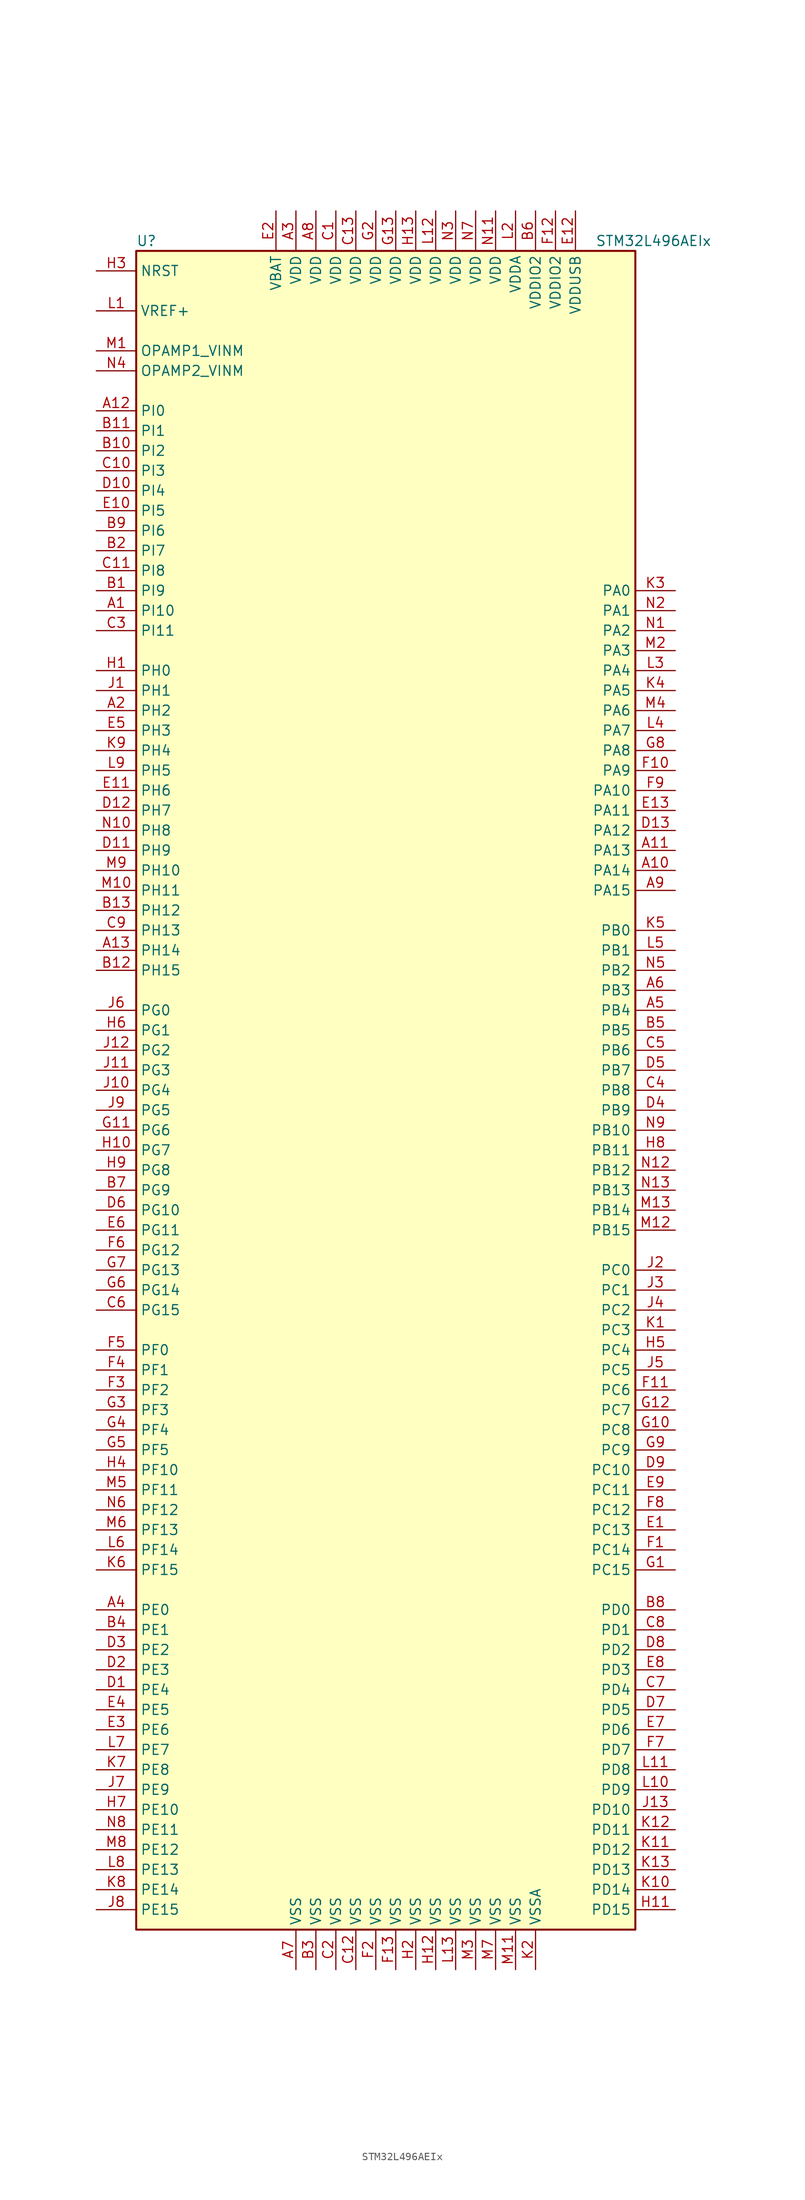
<source format=kicad_sym>
(kicad_symbol_lib
  (version 20211014)
  (generator kicad_symbol_editor)
  (symbol "STM32L496AEIx"
    (property "Reference" "U"
      (at -33.02 107.95 0)
      (effects (font (size 1.27 1.27)) (justify left)))
    (property "Value" "STM32L496AEIx"
      (at 25.4 107.95 0)
      (effects (font (size 1.27 1.27)) (justify left)))
    (symbol "STM32L496AEIx_0_1"
      (rectangle (start -33.02 -106.68) (end 30.48 106.68) (stroke (width 0.254) (type default) (color 0 0 0 0)) (fill (type background))))
    (symbol "STM32L496AEIx_1_1"
      (pin bidirectional line (at -38.1 60.96 0) (length 5.08) (name "PI10" (effects (font (size 1.27 1.27)))) (number "A1" (effects (font (size 1.27 1.27)))))
      (pin bidirectional line (at 35.56 27.94 180) (length 5.08) (name "PA14" (effects (font (size 1.27 1.27)))) (number "A10" (effects (font (size 1.27 1.27)))))
      (pin bidirectional line (at 35.56 30.48 180) (length 5.08) (name "PA13" (effects (font (size 1.27 1.27)))) (number "A11" (effects (font (size 1.27 1.27)))))
      (pin bidirectional line (at -38.1 86.36 0) (length 5.08) (name "PI0" (effects (font (size 1.27 1.27)))) (number "A12" (effects (font (size 1.27 1.27)))))
      (pin bidirectional line (at -38.1 17.78 0) (length 5.08) (name "PH14" (effects (font (size 1.27 1.27)))) (number "A13" (effects (font (size 1.27 1.27)))))
      (pin bidirectional line (at -38.1 48.26 0) (length 5.08) (name "PH2" (effects (font (size 1.27 1.27)))) (number "A2" (effects (font (size 1.27 1.27)))))
      (pin power_in line (at -12.7 111.76 270) (length 5.08) (name "VDD" (effects (font (size 1.27 1.27)))) (number "A3" (effects (font (size 1.27 1.27)))))
      (pin bidirectional line (at -38.1 -66.04 0) (length 5.08) (name "PE0" (effects (font (size 1.27 1.27)))) (number "A4" (effects (font (size 1.27 1.27)))))
      (pin bidirectional line (at 35.56 10.16 180) (length 5.08) (name "PB4" (effects (font (size 1.27 1.27)))) (number "A5" (effects (font (size 1.27 1.27)))))
      (pin bidirectional line (at 35.56 12.7 180) (length 5.08) (name "PB3" (effects (font (size 1.27 1.27)))) (number "A6" (effects (font (size 1.27 1.27)))))
      (pin power_in line (at -12.7 -111.76 90) (length 5.08) (name "VSS" (effects (font (size 1.27 1.27)))) (number "A7" (effects (font (size 1.27 1.27)))))
      (pin power_in line (at -10.16 111.76 270) (length 5.08) (name "VDD" (effects (font (size 1.27 1.27)))) (number "A8" (effects (font (size 1.27 1.27)))))
      (pin bidirectional line (at 35.56 25.4 180) (length 5.08) (name "PA15" (effects (font (size 1.27 1.27)))) (number "A9" (effects (font (size 1.27 1.27)))))
      (pin bidirectional line (at -38.1 63.5 0) (length 5.08) (name "PI9" (effects (font (size 1.27 1.27)))) (number "B1" (effects (font (size 1.27 1.27)))))
      (pin bidirectional line (at -38.1 81.28 0) (length 5.08) (name "PI2" (effects (font (size 1.27 1.27)))) (number "B10" (effects (font (size 1.27 1.27)))))
      (pin bidirectional line (at -38.1 83.82 0) (length 5.08) (name "PI1" (effects (font (size 1.27 1.27)))) (number "B11" (effects (font (size 1.27 1.27)))))
      (pin bidirectional line (at -38.1 15.24 0) (length 5.08) (name "PH15" (effects (font (size 1.27 1.27)))) (number "B12" (effects (font (size 1.27 1.27)))))
      (pin bidirectional line (at -38.1 22.86 0) (length 5.08) (name "PH12" (effects (font (size 1.27 1.27)))) (number "B13" (effects (font (size 1.27 1.27)))))
      (pin bidirectional line (at -38.1 68.58 0) (length 5.08) (name "PI7" (effects (font (size 1.27 1.27)))) (number "B2" (effects (font (size 1.27 1.27)))))
      (pin power_in line (at -10.16 -111.76 90) (length 5.08) (name "VSS" (effects (font (size 1.27 1.27)))) (number "B3" (effects (font (size 1.27 1.27)))))
      (pin bidirectional line (at -38.1 -68.58 0) (length 5.08) (name "PE1" (effects (font (size 1.27 1.27)))) (number "B4" (effects (font (size 1.27 1.27)))))
      (pin bidirectional line (at 35.56 7.62 180) (length 5.08) (name "PB5" (effects (font (size 1.27 1.27)))) (number "B5" (effects (font (size 1.27 1.27)))))
      (pin power_in line (at 17.78 111.76 270) (length 5.08) (name "VDDIO2" (effects (font (size 1.27 1.27)))) (number "B6" (effects (font (size 1.27 1.27)))))
      (pin bidirectional line (at -38.1 -12.7 0) (length 5.08) (name "PG9" (effects (font (size 1.27 1.27)))) (number "B7" (effects (font (size 1.27 1.27)))))
      (pin bidirectional line (at 35.56 -66.04 180) (length 5.08) (name "PD0" (effects (font (size 1.27 1.27)))) (number "B8" (effects (font (size 1.27 1.27)))))
      (pin bidirectional line (at -38.1 71.12 0) (length 5.08) (name "PI6" (effects (font (size 1.27 1.27)))) (number "B9" (effects (font (size 1.27 1.27)))))
      (pin power_in line (at -7.62 111.76 270) (length 5.08) (name "VDD" (effects (font (size 1.27 1.27)))) (number "C1" (effects (font (size 1.27 1.27)))))
      (pin bidirectional line (at -38.1 78.74 0) (length 5.08) (name "PI3" (effects (font (size 1.27 1.27)))) (number "C10" (effects (font (size 1.27 1.27)))))
      (pin bidirectional line (at -38.1 66.04 0) (length 5.08) (name "PI8" (effects (font (size 1.27 1.27)))) (number "C11" (effects (font (size 1.27 1.27)))))
      (pin power_in line (at -5.08 -111.76 90) (length 5.08) (name "VSS" (effects (font (size 1.27 1.27)))) (number "C12" (effects (font (size 1.27 1.27)))))
      (pin power_in line (at -5.08 111.76 270) (length 5.08) (name "VDD" (effects (font (size 1.27 1.27)))) (number "C13" (effects (font (size 1.27 1.27)))))
      (pin power_in line (at -7.62 -111.76 90) (length 5.08) (name "VSS" (effects (font (size 1.27 1.27)))) (number "C2" (effects (font (size 1.27 1.27)))))
      (pin bidirectional line (at -38.1 58.42 0) (length 5.08) (name "PI11" (effects (font (size 1.27 1.27)))) (number "C3" (effects (font (size 1.27 1.27)))))
      (pin bidirectional line (at 35.56 0 180) (length 5.08) (name "PB8" (effects (font (size 1.27 1.27)))) (number "C4" (effects (font (size 1.27 1.27)))))
      (pin bidirectional line (at 35.56 5.08 180) (length 5.08) (name "PB6" (effects (font (size 1.27 1.27)))) (number "C5" (effects (font (size 1.27 1.27)))))
      (pin bidirectional line (at -38.1 -27.94 0) (length 5.08) (name "PG15" (effects (font (size 1.27 1.27)))) (number "C6" (effects (font (size 1.27 1.27)))))
      (pin bidirectional line (at 35.56 -76.2 180) (length 5.08) (name "PD4" (effects (font (size 1.27 1.27)))) (number "C7" (effects (font (size 1.27 1.27)))))
      (pin bidirectional line (at 35.56 -68.58 180) (length 5.08) (name "PD1" (effects (font (size 1.27 1.27)))) (number "C8" (effects (font (size 1.27 1.27)))))
      (pin bidirectional line (at -38.1 20.32 0) (length 5.08) (name "PH13" (effects (font (size 1.27 1.27)))) (number "C9" (effects (font (size 1.27 1.27)))))
      (pin bidirectional line (at -38.1 -76.2 0) (length 5.08) (name "PE4" (effects (font (size 1.27 1.27)))) (number "D1" (effects (font (size 1.27 1.27)))))
      (pin bidirectional line (at -38.1 76.2 0) (length 5.08) (name "PI4" (effects (font (size 1.27 1.27)))) (number "D10" (effects (font (size 1.27 1.27)))))
      (pin bidirectional line (at -38.1 30.48 0) (length 5.08) (name "PH9" (effects (font (size 1.27 1.27)))) (number "D11" (effects (font (size 1.27 1.27)))))
      (pin bidirectional line (at -38.1 35.56 0) (length 5.08) (name "PH7" (effects (font (size 1.27 1.27)))) (number "D12" (effects (font (size 1.27 1.27)))))
      (pin bidirectional line (at 35.56 33.02 180) (length 5.08) (name "PA12" (effects (font (size 1.27 1.27)))) (number "D13" (effects (font (size 1.27 1.27)))))
      (pin bidirectional line (at -38.1 -73.66 0) (length 5.08) (name "PE3" (effects (font (size 1.27 1.27)))) (number "D2" (effects (font (size 1.27 1.27)))))
      (pin bidirectional line (at -38.1 -71.12 0) (length 5.08) (name "PE2" (effects (font (size 1.27 1.27)))) (number "D3" (effects (font (size 1.27 1.27)))))
      (pin bidirectional line (at 35.56 -2.54 180) (length 5.08) (name "PB9" (effects (font (size 1.27 1.27)))) (number "D4" (effects (font (size 1.27 1.27)))))
      (pin bidirectional line (at 35.56 2.54 180) (length 5.08) (name "PB7" (effects (font (size 1.27 1.27)))) (number "D5" (effects (font (size 1.27 1.27)))))
      (pin bidirectional line (at -38.1 -15.24 0) (length 5.08) (name "PG10" (effects (font (size 1.27 1.27)))) (number "D6" (effects (font (size 1.27 1.27)))))
      (pin bidirectional line (at 35.56 -78.74 180) (length 5.08) (name "PD5" (effects (font (size 1.27 1.27)))) (number "D7" (effects (font (size 1.27 1.27)))))
      (pin bidirectional line (at 35.56 -71.12 180) (length 5.08) (name "PD2" (effects (font (size 1.27 1.27)))) (number "D8" (effects (font (size 1.27 1.27)))))
      (pin bidirectional line (at 35.56 -48.26 180) (length 5.08) (name "PC10" (effects (font (size 1.27 1.27)))) (number "D9" (effects (font (size 1.27 1.27)))))
      (pin bidirectional line (at 35.56 -55.88 180) (length 5.08) (name "PC13" (effects (font (size 1.27 1.27)))) (number "E1" (effects (font (size 1.27 1.27)))))
      (pin bidirectional line (at -38.1 73.66 0) (length 5.08) (name "PI5" (effects (font (size 1.27 1.27)))) (number "E10" (effects (font (size 1.27 1.27)))))
      (pin bidirectional line (at -38.1 38.1 0) (length 5.08) (name "PH6" (effects (font (size 1.27 1.27)))) (number "E11" (effects (font (size 1.27 1.27)))))
      (pin power_in line (at 22.86 111.76 270) (length 5.08) (name "VDDUSB" (effects (font (size 1.27 1.27)))) (number "E12" (effects (font (size 1.27 1.27)))))
      (pin bidirectional line (at 35.56 35.56 180) (length 5.08) (name "PA11" (effects (font (size 1.27 1.27)))) (number "E13" (effects (font (size 1.27 1.27)))))
      (pin power_in line (at -15.24 111.76 270) (length 5.08) (name "VBAT" (effects (font (size 1.27 1.27)))) (number "E2" (effects (font (size 1.27 1.27)))))
      (pin bidirectional line (at -38.1 -81.28 0) (length 5.08) (name "PE6" (effects (font (size 1.27 1.27)))) (number "E3" (effects (font (size 1.27 1.27)))))
      (pin bidirectional line (at -38.1 -78.74 0) (length 5.08) (name "PE5" (effects (font (size 1.27 1.27)))) (number "E4" (effects (font (size 1.27 1.27)))))
      (pin bidirectional line (at -38.1 45.72 0) (length 5.08) (name "PH3" (effects (font (size 1.27 1.27)))) (number "E5" (effects (font (size 1.27 1.27)))))
      (pin bidirectional line (at -38.1 -17.78 0) (length 5.08) (name "PG11" (effects (font (size 1.27 1.27)))) (number "E6" (effects (font (size 1.27 1.27)))))
      (pin bidirectional line (at 35.56 -81.28 180) (length 5.08) (name "PD6" (effects (font (size 1.27 1.27)))) (number "E7" (effects (font (size 1.27 1.27)))))
      (pin bidirectional line (at 35.56 -73.66 180) (length 5.08) (name "PD3" (effects (font (size 1.27 1.27)))) (number "E8" (effects (font (size 1.27 1.27)))))
      (pin bidirectional line (at 35.56 -50.8 180) (length 5.08) (name "PC11" (effects (font (size 1.27 1.27)))) (number "E9" (effects (font (size 1.27 1.27)))))
      (pin bidirectional line (at 35.56 -58.42 180) (length 5.08) (name "PC14" (effects (font (size 1.27 1.27)))) (number "F1" (effects (font (size 1.27 1.27)))))
      (pin bidirectional line (at 35.56 40.64 180) (length 5.08) (name "PA9" (effects (font (size 1.27 1.27)))) (number "F10" (effects (font (size 1.27 1.27)))))
      (pin bidirectional line (at 35.56 -38.1 180) (length 5.08) (name "PC6" (effects (font (size 1.27 1.27)))) (number "F11" (effects (font (size 1.27 1.27)))))
      (pin power_in line (at 20.32 111.76 270) (length 5.08) (name "VDDIO2" (effects (font (size 1.27 1.27)))) (number "F12" (effects (font (size 1.27 1.27)))))
      (pin power_in line (at 0 -111.76 90) (length 5.08) (name "VSS" (effects (font (size 1.27 1.27)))) (number "F13" (effects (font (size 1.27 1.27)))))
      (pin power_in line (at -2.54 -111.76 90) (length 5.08) (name "VSS" (effects (font (size 1.27 1.27)))) (number "F2" (effects (font (size 1.27 1.27)))))
      (pin bidirectional line (at -38.1 -38.1 0) (length 5.08) (name "PF2" (effects (font (size 1.27 1.27)))) (number "F3" (effects (font (size 1.27 1.27)))))
      (pin bidirectional line (at -38.1 -35.56 0) (length 5.08) (name "PF1" (effects (font (size 1.27 1.27)))) (number "F4" (effects (font (size 1.27 1.27)))))
      (pin bidirectional line (at -38.1 -33.02 0) (length 5.08) (name "PF0" (effects (font (size 1.27 1.27)))) (number "F5" (effects (font (size 1.27 1.27)))))
      (pin bidirectional line (at -38.1 -20.32 0) (length 5.08) (name "PG12" (effects (font (size 1.27 1.27)))) (number "F6" (effects (font (size 1.27 1.27)))))
      (pin bidirectional line (at 35.56 -83.82 180) (length 5.08) (name "PD7" (effects (font (size 1.27 1.27)))) (number "F7" (effects (font (size 1.27 1.27)))))
      (pin bidirectional line (at 35.56 -53.34 180) (length 5.08) (name "PC12" (effects (font (size 1.27 1.27)))) (number "F8" (effects (font (size 1.27 1.27)))))
      (pin bidirectional line (at 35.56 38.1 180) (length 5.08) (name "PA10" (effects (font (size 1.27 1.27)))) (number "F9" (effects (font (size 1.27 1.27)))))
      (pin bidirectional line (at 35.56 -60.96 180) (length 5.08) (name "PC15" (effects (font (size 1.27 1.27)))) (number "G1" (effects (font (size 1.27 1.27)))))
      (pin bidirectional line (at 35.56 -43.18 180) (length 5.08) (name "PC8" (effects (font (size 1.27 1.27)))) (number "G10" (effects (font (size 1.27 1.27)))))
      (pin bidirectional line (at -38.1 -5.08 0) (length 5.08) (name "PG6" (effects (font (size 1.27 1.27)))) (number "G11" (effects (font (size 1.27 1.27)))))
      (pin bidirectional line (at 35.56 -40.64 180) (length 5.08) (name "PC7" (effects (font (size 1.27 1.27)))) (number "G12" (effects (font (size 1.27 1.27)))))
      (pin power_in line (at 0 111.76 270) (length 5.08) (name "VDD" (effects (font (size 1.27 1.27)))) (number "G13" (effects (font (size 1.27 1.27)))))
      (pin power_in line (at -2.54 111.76 270) (length 5.08) (name "VDD" (effects (font (size 1.27 1.27)))) (number "G2" (effects (font (size 1.27 1.27)))))
      (pin bidirectional line (at -38.1 -40.64 0) (length 5.08) (name "PF3" (effects (font (size 1.27 1.27)))) (number "G3" (effects (font (size 1.27 1.27)))))
      (pin bidirectional line (at -38.1 -43.18 0) (length 5.08) (name "PF4" (effects (font (size 1.27 1.27)))) (number "G4" (effects (font (size 1.27 1.27)))))
      (pin bidirectional line (at -38.1 -45.72 0) (length 5.08) (name "PF5" (effects (font (size 1.27 1.27)))) (number "G5" (effects (font (size 1.27 1.27)))))
      (pin bidirectional line (at -38.1 -25.4 0) (length 5.08) (name "PG14" (effects (font (size 1.27 1.27)))) (number "G6" (effects (font (size 1.27 1.27)))))
      (pin bidirectional line (at -38.1 -22.86 0) (length 5.08) (name "PG13" (effects (font (size 1.27 1.27)))) (number "G7" (effects (font (size 1.27 1.27)))))
      (pin bidirectional line (at 35.56 43.18 180) (length 5.08) (name "PA8" (effects (font (size 1.27 1.27)))) (number "G8" (effects (font (size 1.27 1.27)))))
      (pin bidirectional line (at 35.56 -45.72 180) (length 5.08) (name "PC9" (effects (font (size 1.27 1.27)))) (number "G9" (effects (font (size 1.27 1.27)))))
      (pin input line (at -38.1 53.34 0) (length 5.08) (name "PH0" (effects (font (size 1.27 1.27)))) (number "H1" (effects (font (size 1.27 1.27)))))
      (pin bidirectional line (at -38.1 -7.62 0) (length 5.08) (name "PG7" (effects (font (size 1.27 1.27)))) (number "H10" (effects (font (size 1.27 1.27)))))
      (pin bidirectional line (at 35.56 -104.14 180) (length 5.08) (name "PD15" (effects (font (size 1.27 1.27)))) (number "H11" (effects (font (size 1.27 1.27)))))
      (pin power_in line (at 5.08 -111.76 90) (length 5.08) (name "VSS" (effects (font (size 1.27 1.27)))) (number "H12" (effects (font (size 1.27 1.27)))))
      (pin power_in line (at 2.54 111.76 270) (length 5.08) (name "VDD" (effects (font (size 1.27 1.27)))) (number "H13" (effects (font (size 1.27 1.27)))))
      (pin power_in line (at 2.54 -111.76 90) (length 5.08) (name "VSS" (effects (font (size 1.27 1.27)))) (number "H2" (effects (font (size 1.27 1.27)))))
      (pin input line (at -38.1 104.14 0) (length 5.08) (name "NRST" (effects (font (size 1.27 1.27)))) (number "H3" (effects (font (size 1.27 1.27)))))
      (pin bidirectional line (at -38.1 -48.26 0) (length 5.08) (name "PF10" (effects (font (size 1.27 1.27)))) (number "H4" (effects (font (size 1.27 1.27)))))
      (pin bidirectional line (at 35.56 -33.02 180) (length 5.08) (name "PC4" (effects (font (size 1.27 1.27)))) (number "H5" (effects (font (size 1.27 1.27)))))
      (pin bidirectional line (at -38.1 7.62 0) (length 5.08) (name "PG1" (effects (font (size 1.27 1.27)))) (number "H6" (effects (font (size 1.27 1.27)))))
      (pin bidirectional line (at -38.1 -91.44 0) (length 5.08) (name "PE10" (effects (font (size 1.27 1.27)))) (number "H7" (effects (font (size 1.27 1.27)))))
      (pin bidirectional line (at 35.56 -7.62 180) (length 5.08) (name "PB11" (effects (font (size 1.27 1.27)))) (number "H8" (effects (font (size 1.27 1.27)))))
      (pin bidirectional line (at -38.1 -10.16 0) (length 5.08) (name "PG8" (effects (font (size 1.27 1.27)))) (number "H9" (effects (font (size 1.27 1.27)))))
      (pin input line (at -38.1 50.8 0) (length 5.08) (name "PH1" (effects (font (size 1.27 1.27)))) (number "J1" (effects (font (size 1.27 1.27)))))
      (pin bidirectional line (at -38.1 0 0) (length 5.08) (name "PG4" (effects (font (size 1.27 1.27)))) (number "J10" (effects (font (size 1.27 1.27)))))
      (pin bidirectional line (at -38.1 2.54 0) (length 5.08) (name "PG3" (effects (font (size 1.27 1.27)))) (number "J11" (effects (font (size 1.27 1.27)))))
      (pin bidirectional line (at -38.1 5.08 0) (length 5.08) (name "PG2" (effects (font (size 1.27 1.27)))) (number "J12" (effects (font (size 1.27 1.27)))))
      (pin bidirectional line (at 35.56 -91.44 180) (length 5.08) (name "PD10" (effects (font (size 1.27 1.27)))) (number "J13" (effects (font (size 1.27 1.27)))))
      (pin bidirectional line (at 35.56 -22.86 180) (length 5.08) (name "PC0" (effects (font (size 1.27 1.27)))) (number "J2" (effects (font (size 1.27 1.27)))))
      (pin bidirectional line (at 35.56 -25.4 180) (length 5.08) (name "PC1" (effects (font (size 1.27 1.27)))) (number "J3" (effects (font (size 1.27 1.27)))))
      (pin bidirectional line (at 35.56 -27.94 180) (length 5.08) (name "PC2" (effects (font (size 1.27 1.27)))) (number "J4" (effects (font (size 1.27 1.27)))))
      (pin bidirectional line (at 35.56 -35.56 180) (length 5.08) (name "PC5" (effects (font (size 1.27 1.27)))) (number "J5" (effects (font (size 1.27 1.27)))))
      (pin bidirectional line (at -38.1 10.16 0) (length 5.08) (name "PG0" (effects (font (size 1.27 1.27)))) (number "J6" (effects (font (size 1.27 1.27)))))
      (pin bidirectional line (at -38.1 -88.9 0) (length 5.08) (name "PE9" (effects (font (size 1.27 1.27)))) (number "J7" (effects (font (size 1.27 1.27)))))
      (pin bidirectional line (at -38.1 -104.14 0) (length 5.08) (name "PE15" (effects (font (size 1.27 1.27)))) (number "J8" (effects (font (size 1.27 1.27)))))
      (pin bidirectional line (at -38.1 -2.54 0) (length 5.08) (name "PG5" (effects (font (size 1.27 1.27)))) (number "J9" (effects (font (size 1.27 1.27)))))
      (pin bidirectional line (at 35.56 -30.48 180) (length 5.08) (name "PC3" (effects (font (size 1.27 1.27)))) (number "K1" (effects (font (size 1.27 1.27)))))
      (pin bidirectional line (at 35.56 -101.6 180) (length 5.08) (name "PD14" (effects (font (size 1.27 1.27)))) (number "K10" (effects (font (size 1.27 1.27)))))
      (pin bidirectional line (at 35.56 -96.52 180) (length 5.08) (name "PD12" (effects (font (size 1.27 1.27)))) (number "K11" (effects (font (size 1.27 1.27)))))
      (pin bidirectional line (at 35.56 -93.98 180) (length 5.08) (name "PD11" (effects (font (size 1.27 1.27)))) (number "K12" (effects (font (size 1.27 1.27)))))
      (pin bidirectional line (at 35.56 -99.06 180) (length 5.08) (name "PD13" (effects (font (size 1.27 1.27)))) (number "K13" (effects (font (size 1.27 1.27)))))
      (pin power_in line (at 17.78 -111.76 90) (length 5.08) (name "VSSA" (effects (font (size 1.27 1.27)))) (number "K2" (effects (font (size 1.27 1.27)))))
      (pin bidirectional line (at 35.56 63.5 180) (length 5.08) (name "PA0" (effects (font (size 1.27 1.27)))) (number "K3" (effects (font (size 1.27 1.27)))))
      (pin bidirectional line (at 35.56 50.8 180) (length 5.08) (name "PA5" (effects (font (size 1.27 1.27)))) (number "K4" (effects (font (size 1.27 1.27)))))
      (pin bidirectional line (at 35.56 20.32 180) (length 5.08) (name "PB0" (effects (font (size 1.27 1.27)))) (number "K5" (effects (font (size 1.27 1.27)))))
      (pin bidirectional line (at -38.1 -60.96 0) (length 5.08) (name "PF15" (effects (font (size 1.27 1.27)))) (number "K6" (effects (font (size 1.27 1.27)))))
      (pin bidirectional line (at -38.1 -86.36 0) (length 5.08) (name "PE8" (effects (font (size 1.27 1.27)))) (number "K7" (effects (font (size 1.27 1.27)))))
      (pin bidirectional line (at -38.1 -101.6 0) (length 5.08) (name "PE14" (effects (font (size 1.27 1.27)))) (number "K8" (effects (font (size 1.27 1.27)))))
      (pin bidirectional line (at -38.1 43.18 0) (length 5.08) (name "PH4" (effects (font (size 1.27 1.27)))) (number "K9" (effects (font (size 1.27 1.27)))))
      (pin bidirectional line (at -38.1 99.06 0) (length 5.08) (name "VREF+" (effects (font (size 1.27 1.27)))) (number "L1" (effects (font (size 1.27 1.27)))))
      (pin bidirectional line (at 35.56 -88.9 180) (length 5.08) (name "PD9" (effects (font (size 1.27 1.27)))) (number "L10" (effects (font (size 1.27 1.27)))))
      (pin bidirectional line (at 35.56 -86.36 180) (length 5.08) (name "PD8" (effects (font (size 1.27 1.27)))) (number "L11" (effects (font (size 1.27 1.27)))))
      (pin power_in line (at 5.08 111.76 270) (length 5.08) (name "VDD" (effects (font (size 1.27 1.27)))) (number "L12" (effects (font (size 1.27 1.27)))))
      (pin power_in line (at 7.62 -111.76 90) (length 5.08) (name "VSS" (effects (font (size 1.27 1.27)))) (number "L13" (effects (font (size 1.27 1.27)))))
      (pin power_in line (at 15.24 111.76 270) (length 5.08) (name "VDDA" (effects (font (size 1.27 1.27)))) (number "L2" (effects (font (size 1.27 1.27)))))
      (pin bidirectional line (at 35.56 53.34 180) (length 5.08) (name "PA4" (effects (font (size 1.27 1.27)))) (number "L3" (effects (font (size 1.27 1.27)))))
      (pin bidirectional line (at 35.56 45.72 180) (length 5.08) (name "PA7" (effects (font (size 1.27 1.27)))) (number "L4" (effects (font (size 1.27 1.27)))))
      (pin bidirectional line (at 35.56 17.78 180) (length 5.08) (name "PB1" (effects (font (size 1.27 1.27)))) (number "L5" (effects (font (size 1.27 1.27)))))
      (pin bidirectional line (at -38.1 -58.42 0) (length 5.08) (name "PF14" (effects (font (size 1.27 1.27)))) (number "L6" (effects (font (size 1.27 1.27)))))
      (pin bidirectional line (at -38.1 -83.82 0) (length 5.08) (name "PE7" (effects (font (size 1.27 1.27)))) (number "L7" (effects (font (size 1.27 1.27)))))
      (pin bidirectional line (at -38.1 -99.06 0) (length 5.08) (name "PE13" (effects (font (size 1.27 1.27)))) (number "L8" (effects (font (size 1.27 1.27)))))
      (pin bidirectional line (at -38.1 40.64 0) (length 5.08) (name "PH5" (effects (font (size 1.27 1.27)))) (number "L9" (effects (font (size 1.27 1.27)))))
      (pin bidirectional line (at -38.1 93.98 0) (length 5.08) (name "OPAMP1_VINM" (effects (font (size 1.27 1.27)))) (number "M1" (effects (font (size 1.27 1.27)))))
      (pin bidirectional line (at -38.1 25.4 0) (length 5.08) (name "PH11" (effects (font (size 1.27 1.27)))) (number "M10" (effects (font (size 1.27 1.27)))))
      (pin power_in line (at 15.24 -111.76 90) (length 5.08) (name "VSS" (effects (font (size 1.27 1.27)))) (number "M11" (effects (font (size 1.27 1.27)))))
      (pin bidirectional line (at 35.56 -17.78 180) (length 5.08) (name "PB15" (effects (font (size 1.27 1.27)))) (number "M12" (effects (font (size 1.27 1.27)))))
      (pin bidirectional line (at 35.56 -15.24 180) (length 5.08) (name "PB14" (effects (font (size 1.27 1.27)))) (number "M13" (effects (font (size 1.27 1.27)))))
      (pin bidirectional line (at 35.56 55.88 180) (length 5.08) (name "PA3" (effects (font (size 1.27 1.27)))) (number "M2" (effects (font (size 1.27 1.27)))))
      (pin power_in line (at 10.16 -111.76 90) (length 5.08) (name "VSS" (effects (font (size 1.27 1.27)))) (number "M3" (effects (font (size 1.27 1.27)))))
      (pin bidirectional line (at 35.56 48.26 180) (length 5.08) (name "PA6" (effects (font (size 1.27 1.27)))) (number "M4" (effects (font (size 1.27 1.27)))))
      (pin bidirectional line (at -38.1 -50.8 0) (length 5.08) (name "PF11" (effects (font (size 1.27 1.27)))) (number "M5" (effects (font (size 1.27 1.27)))))
      (pin bidirectional line (at -38.1 -55.88 0) (length 5.08) (name "PF13" (effects (font (size 1.27 1.27)))) (number "M6" (effects (font (size 1.27 1.27)))))
      (pin power_in line (at 12.7 -111.76 90) (length 5.08) (name "VSS" (effects (font (size 1.27 1.27)))) (number "M7" (effects (font (size 1.27 1.27)))))
      (pin bidirectional line (at -38.1 -96.52 0) (length 5.08) (name "PE12" (effects (font (size 1.27 1.27)))) (number "M8" (effects (font (size 1.27 1.27)))))
      (pin bidirectional line (at -38.1 27.94 0) (length 5.08) (name "PH10" (effects (font (size 1.27 1.27)))) (number "M9" (effects (font (size 1.27 1.27)))))
      (pin bidirectional line (at 35.56 58.42 180) (length 5.08) (name "PA2" (effects (font (size 1.27 1.27)))) (number "N1" (effects (font (size 1.27 1.27)))))
      (pin bidirectional line (at -38.1 33.02 0) (length 5.08) (name "PH8" (effects (font (size 1.27 1.27)))) (number "N10" (effects (font (size 1.27 1.27)))))
      (pin power_in line (at 12.7 111.76 270) (length 5.08) (name "VDD" (effects (font (size 1.27 1.27)))) (number "N11" (effects (font (size 1.27 1.27)))))
      (pin bidirectional line (at 35.56 -10.16 180) (length 5.08) (name "PB12" (effects (font (size 1.27 1.27)))) (number "N12" (effects (font (size 1.27 1.27)))))
      (pin bidirectional line (at 35.56 -12.7 180) (length 5.08) (name "PB13" (effects (font (size 1.27 1.27)))) (number "N13" (effects (font (size 1.27 1.27)))))
      (pin bidirectional line (at 35.56 60.96 180) (length 5.08) (name "PA1" (effects (font (size 1.27 1.27)))) (number "N2" (effects (font (size 1.27 1.27)))))
      (pin power_in line (at 7.62 111.76 270) (length 5.08) (name "VDD" (effects (font (size 1.27 1.27)))) (number "N3" (effects (font (size 1.27 1.27)))))
      (pin bidirectional line (at -38.1 91.44 0) (length 5.08) (name "OPAMP2_VINM" (effects (font (size 1.27 1.27)))) (number "N4" (effects (font (size 1.27 1.27)))))
      (pin bidirectional line (at 35.56 15.24 180) (length 5.08) (name "PB2" (effects (font (size 1.27 1.27)))) (number "N5" (effects (font (size 1.27 1.27)))))
      (pin bidirectional line (at -38.1 -53.34 0) (length 5.08) (name "PF12" (effects (font (size 1.27 1.27)))) (number "N6" (effects (font (size 1.27 1.27)))))
      (pin power_in line (at 10.16 111.76 270) (length 5.08) (name "VDD" (effects (font (size 1.27 1.27)))) (number "N7" (effects (font (size 1.27 1.27)))))
      (pin bidirectional line (at -38.1 -93.98 0) (length 5.08) (name "PE11" (effects (font (size 1.27 1.27)))) (number "N8" (effects (font (size 1.27 1.27)))))
      (pin bidirectional line (at 35.56 -5.08 180) (length 5.08) (name "PB10" (effects (font (size 1.27 1.27)))) (number "N9" (effects (font (size 1.27 1.27))))))))
</source>
